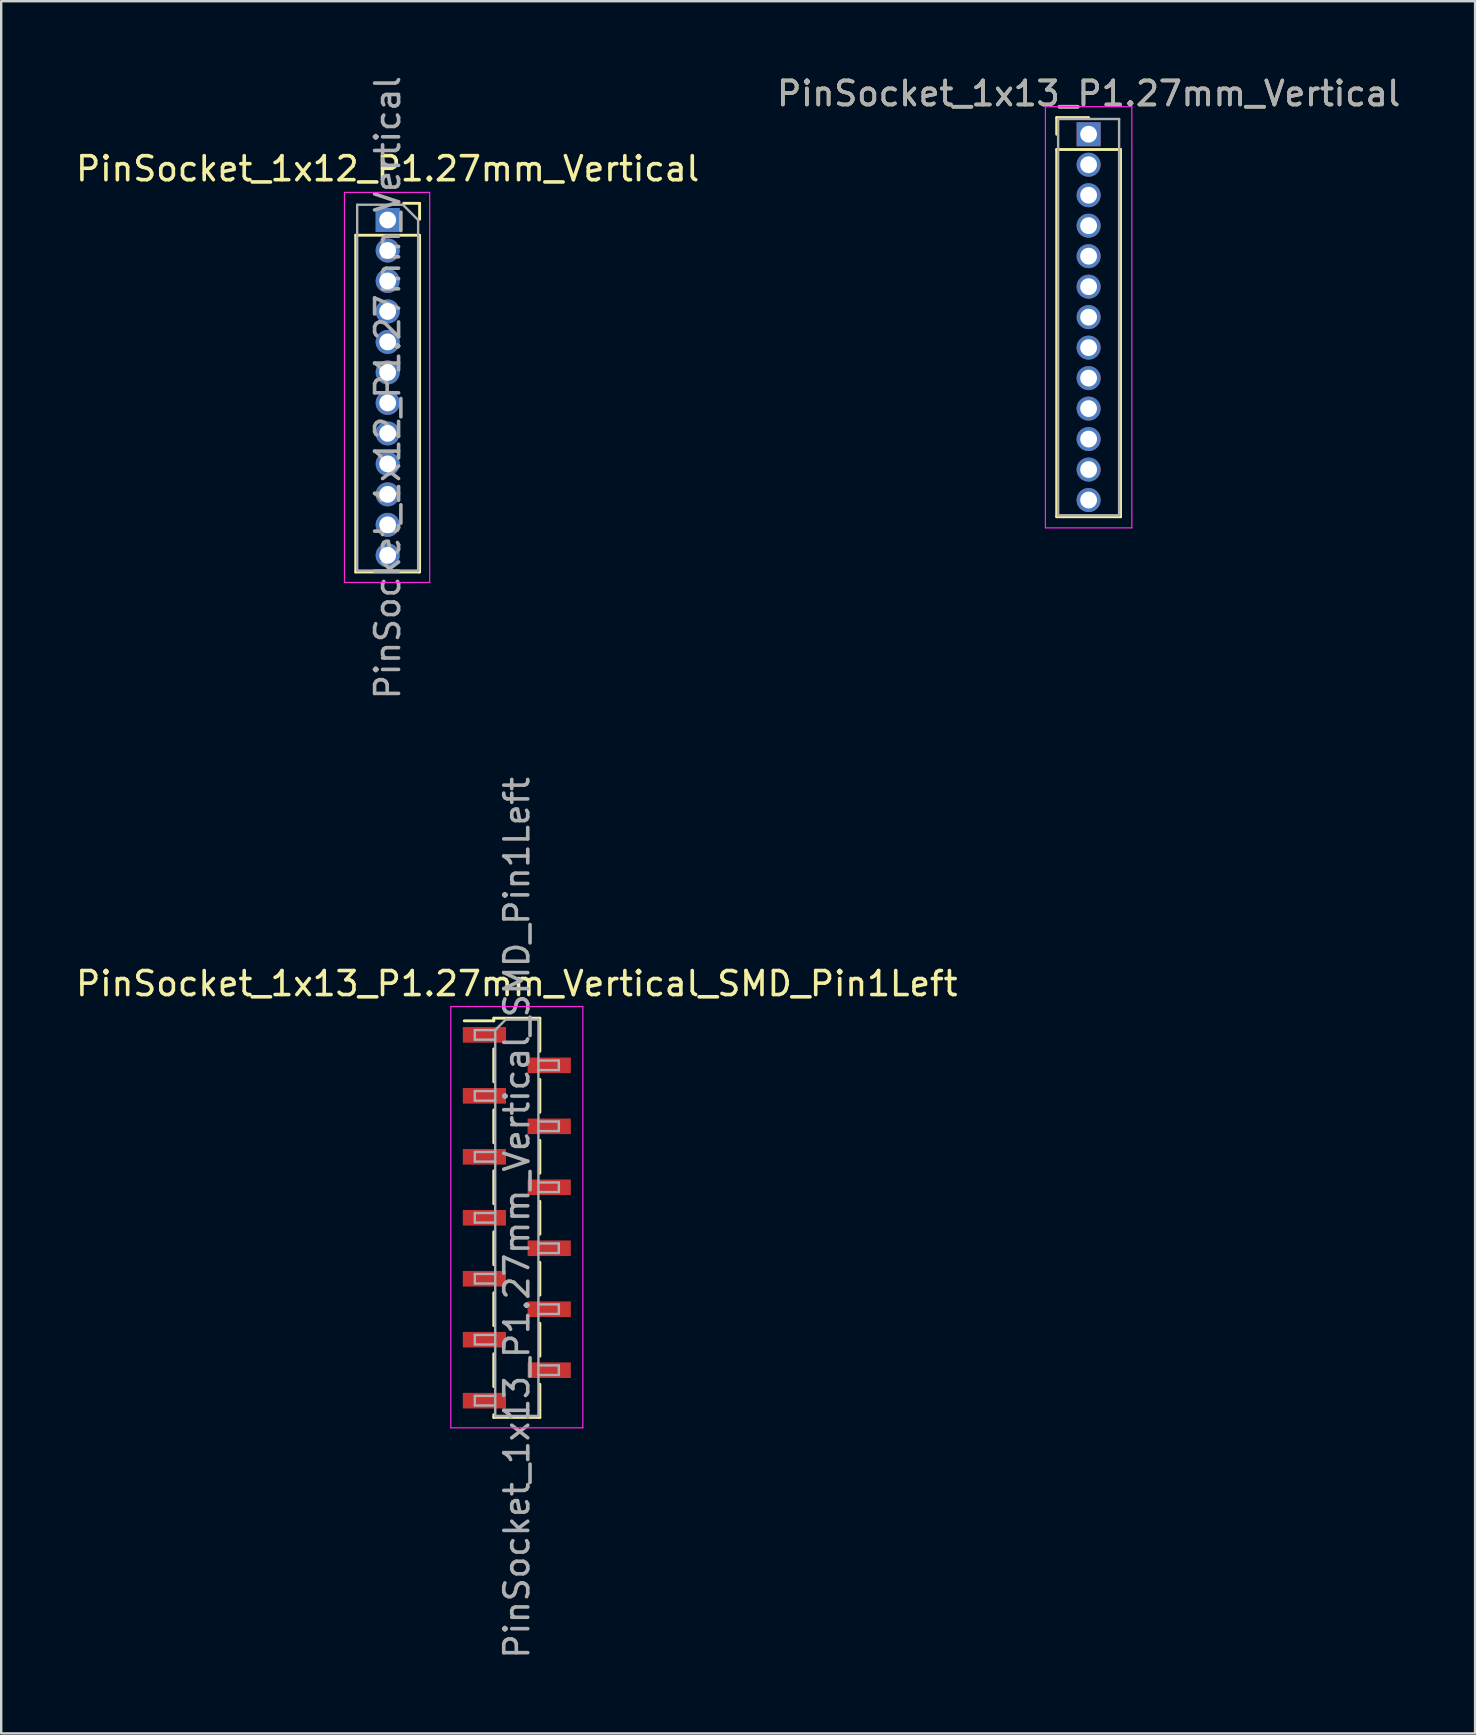
<source format=kicad_pcb>
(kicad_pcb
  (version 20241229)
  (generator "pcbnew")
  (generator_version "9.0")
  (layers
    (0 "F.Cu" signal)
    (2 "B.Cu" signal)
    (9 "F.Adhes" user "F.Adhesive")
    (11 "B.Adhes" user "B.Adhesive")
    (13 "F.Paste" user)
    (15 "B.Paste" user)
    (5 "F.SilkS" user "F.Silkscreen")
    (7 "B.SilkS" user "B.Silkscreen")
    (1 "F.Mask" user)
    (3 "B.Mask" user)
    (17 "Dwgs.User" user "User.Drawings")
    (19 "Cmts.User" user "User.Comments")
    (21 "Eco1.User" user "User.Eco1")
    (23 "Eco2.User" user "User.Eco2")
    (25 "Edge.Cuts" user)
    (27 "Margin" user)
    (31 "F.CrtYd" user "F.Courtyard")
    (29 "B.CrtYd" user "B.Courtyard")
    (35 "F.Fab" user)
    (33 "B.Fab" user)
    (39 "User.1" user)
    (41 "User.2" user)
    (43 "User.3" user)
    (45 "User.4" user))
  (footprint "PinSocket_1x13_P1.27mm_Vertical_SMD_Pin1Left"
    (layer "F.Cu")
    (at 18.482 47.685)
    (property "Reference" "PinSocket_1x13_P1.27mm_Vertical_SMD_Pin1Left" (at 0 -9.755 0) (layer "F.SilkS") (effects (font (size 1 1) (thickness 0.15))))
    (attr smd)
    (fp_line (start -2.19 -8.205) (end -0.96 -8.205) (stroke (width 0.12) (type solid)) (layer "F.SilkS"))
    (fp_line (start -0.96 -8.315) (end -0.96 -8.205) (stroke (width 0.12) (type solid)) (layer "F.SilkS"))
    (fp_line (start -0.96 -8.315) (end 0.96 -8.315) (stroke (width 0.12) (type solid)) (layer "F.SilkS"))
    (fp_line (start -0.96 -7.035) (end -0.96 -5.665) (stroke (width 0.12) (type solid)) (layer "F.SilkS"))
    (fp_line (start -0.96 -4.495) (end -0.96 -3.125) (stroke (width 0.12) (type solid)) (layer "F.SilkS"))
    (fp_line (start -0.96 -1.955) (end -0.96 -0.585) (stroke (width 0.12) (type solid)) (layer "F.SilkS"))
    (fp_line (start -0.96 0.585) (end -0.96 1.955) (stroke (width 0.12) (type solid)) (layer "F.SilkS"))
    (fp_line (start -0.96 3.125) (end -0.96 4.495) (stroke (width 0.12) (type solid)) (layer "F.SilkS"))
    (fp_line (start -0.96 5.665) (end -0.96 7.035) (stroke (width 0.12) (type solid)) (layer "F.SilkS"))
    (fp_line (start -0.96 8.205) (end -0.96 8.315) (stroke (width 0.12) (type solid)) (layer "F.SilkS"))
    (fp_line (start -0.96 8.315) (end 0.96 8.315) (stroke (width 0.12) (type solid)) (layer "F.SilkS"))
    (fp_line (start 0.96 -8.315) (end 0.96 -6.935) (stroke (width 0.12) (type solid)) (layer "F.SilkS"))
    (fp_line (start 0.96 -5.765) (end 0.96 -4.395) (stroke (width 0.12) (type solid)) (layer "F.SilkS"))
    (fp_line (start 0.96 -3.225) (end 0.96 -1.855) (stroke (width 0.12) (type solid)) (layer "F.SilkS"))
    (fp_line (start 0.96 -0.685) (end 0.96 0.685) (stroke (width 0.12) (type solid)) (layer "F.SilkS"))
    (fp_line (start 0.96 1.855) (end 0.96 3.225) (stroke (width 0.12) (type solid)) (layer "F.SilkS"))
    (fp_line (start 0.96 4.395) (end 0.96 5.765) (stroke (width 0.12) (type solid)) (layer "F.SilkS"))
    (fp_line (start 0.96 6.935) (end 0.96 8.315) (stroke (width 0.12) (type solid)) (layer "F.SilkS"))
    (fp_line (start -2.75 -8.8) (end 2.75 -8.8) (stroke (width 0.05) (type solid)) (layer "F.CrtYd"))
    (fp_line (start -2.75 8.75) (end -2.75 -8.8) (stroke (width 0.05) (type solid)) (layer "F.CrtYd"))
    (fp_line (start 2.75 -8.8) (end 2.75 8.75) (stroke (width 0.05) (type solid)) (layer "F.CrtYd"))
    (fp_line (start 2.75 8.75) (end -2.75 8.75) (stroke (width 0.05) (type solid)) (layer "F.CrtYd"))
    (fp_line (start -1.75 -7.82) (end -0.9 -7.82) (stroke (width 0.1) (type solid)) (layer "F.Fab"))
    (fp_line (start -1.75 -7.42) (end -1.75 -7.82) (stroke (width 0.1) (type solid)) (layer "F.Fab"))
    (fp_line (start -1.75 -5.28) (end -0.9 -5.28) (stroke (width 0.1) (type solid)) (layer "F.Fab"))
    (fp_line (start -1.75 -4.88) (end -1.75 -5.28) (stroke (width 0.1) (type solid)) (layer "F.Fab"))
    (fp_line (start -1.75 -2.74) (end -0.9 -2.74) (stroke (width 0.1) (type solid)) (layer "F.Fab"))
    (fp_line (start -1.75 -2.34) (end -1.75 -2.74) (stroke (width 0.1) (type solid)) (layer "F.Fab"))
    (fp_line (start -1.75 -0.2) (end -0.9 -0.2) (stroke (width 0.1) (type solid)) (layer "F.Fab"))
    (fp_line (start -1.75 0.2) (end -1.75 -0.2) (stroke (width 0.1) (type solid)) (layer "F.Fab"))
    (fp_line (start -1.75 2.34) (end -0.9 2.34) (stroke (width 0.1) (type solid)) (layer "F.Fab"))
    (fp_line (start -1.75 2.74) (end -1.75 2.34) (stroke (width 0.1) (type solid)) (layer "F.Fab"))
    (fp_line (start -1.75 4.88) (end -0.9 4.88) (stroke (width 0.1) (type solid)) (layer "F.Fab"))
    (fp_line (start -1.75 5.28) (end -1.75 4.88) (stroke (width 0.1) (type solid)) (layer "F.Fab"))
    (fp_line (start -1.75 7.42) (end -0.9 7.42) (stroke (width 0.1) (type solid)) (layer "F.Fab"))
    (fp_line (start -1.75 7.82) (end -1.75 7.42) (stroke (width 0.1) (type solid)) (layer "F.Fab"))
    (fp_line (start -0.9 -7.82) (end -0.465 -8.255) (stroke (width 0.1) (type solid)) (layer "F.Fab"))
    (fp_line (start -0.9 -7.42) (end -1.75 -7.42) (stroke (width 0.1) (type solid)) (layer "F.Fab"))
    (fp_line (start -0.9 -4.88) (end -1.75 -4.88) (stroke (width 0.1) (type solid)) (layer "F.Fab"))
    (fp_line (start -0.9 -2.34) (end -1.75 -2.34) (stroke (width 0.1) (type solid)) (layer "F.Fab"))
    (fp_line (start -0.9 0.2) (end -1.75 0.2) (stroke (width 0.1) (type solid)) (layer "F.Fab"))
    (fp_line (start -0.9 2.74) (end -1.75 2.74) (stroke (width 0.1) (type solid)) (layer "F.Fab"))
    (fp_line (start -0.9 5.28) (end -1.75 5.28) (stroke (width 0.1) (type solid)) (layer "F.Fab"))
    (fp_line (start -0.9 7.82) (end -1.75 7.82) (stroke (width 0.1) (type solid)) (layer "F.Fab"))
    (fp_line (start -0.9 8.255) (end -0.9 -7.82) (stroke (width 0.1) (type solid)) (layer "F.Fab"))
    (fp_line (start -0.465 -8.255) (end 0.9 -8.255) (stroke (width 0.1) (type solid)) (layer "F.Fab"))
    (fp_line (start 0.9 -8.255) (end 0.9 8.255) (stroke (width 0.1) (type solid)) (layer "F.Fab"))
    (fp_line (start 0.9 -6.55) (end 1.75 -6.55) (stroke (width 0.1) (type solid)) (layer "F.Fab"))
    (fp_line (start 0.9 -4.01) (end 1.75 -4.01) (stroke (width 0.1) (type solid)) (layer "F.Fab"))
    (fp_line (start 0.9 -1.47) (end 1.75 -1.47) (stroke (width 0.1) (type solid)) (layer "F.Fab"))
    (fp_line (start 0.9 1.07) (end 1.75 1.07) (stroke (width 0.1) (type solid)) (layer "F.Fab"))
    (fp_line (start 0.9 3.61) (end 1.75 3.61) (stroke (width 0.1) (type solid)) (layer "F.Fab"))
    (fp_line (start 0.9 6.15) (end 1.75 6.15) (stroke (width 0.1) (type solid)) (layer "F.Fab"))
    (fp_line (start 0.9 8.255) (end -0.9 8.255) (stroke (width 0.1) (type solid)) (layer "F.Fab"))
    (fp_line (start 1.75 -6.55) (end 1.75 -6.15) (stroke (width 0.1) (type solid)) (layer "F.Fab"))
    (fp_line (start 1.75 -6.15) (end 0.9 -6.15) (stroke (width 0.1) (type solid)) (layer "F.Fab"))
    (fp_line (start 1.75 -4.01) (end 1.75 -3.61) (stroke (width 0.1) (type solid)) (layer "F.Fab"))
    (fp_line (start 1.75 -3.61) (end 0.9 -3.61) (stroke (width 0.1) (type solid)) (layer "F.Fab"))
    (fp_line (start 1.75 -1.47) (end 1.75 -1.07) (stroke (width 0.1) (type solid)) (layer "F.Fab"))
    (fp_line (start 1.75 -1.07) (end 0.9 -1.07) (stroke (width 0.1) (type solid)) (layer "F.Fab"))
    (fp_line (start 1.75 1.07) (end 1.75 1.47) (stroke (width 0.1) (type solid)) (layer "F.Fab"))
    (fp_line (start 1.75 1.47) (end 0.9 1.47) (stroke (width 0.1) (type solid)) (layer "F.Fab"))
    (fp_line (start 1.75 3.61) (end 1.75 4.01) (stroke (width 0.1) (type solid)) (layer "F.Fab"))
    (fp_line (start 1.75 4.01) (end 0.9 4.01) (stroke (width 0.1) (type solid)) (layer "F.Fab"))
    (fp_line (start 1.75 6.15) (end 1.75 6.55) (stroke (width 0.1) (type solid)) (layer "F.Fab"))
    (fp_line (start 1.75 6.55) (end 0.9 6.55) (stroke (width 0.1) (type solid)) (layer "F.Fab"))
    (fp_text user "${REFERENCE}" (at 0 0 90) (layer "F.Fab") (effects (font (size 1 1) (thickness 0.15))))
    (pad "1" smd rect (at -1.35 -7.62) (size 1.8 0.65) (layers "F.Cu" "F.Mask" "F.Paste"))
    (pad "2" smd rect (at 1.35 -6.35) (size 1.8 0.65) (layers "F.Cu" "F.Mask" "F.Paste"))
    (pad "3" smd rect (at -1.35 -5.08) (size 1.8 0.65) (layers "F.Cu" "F.Mask" "F.Paste"))
    (pad "4" smd rect (at 1.35 -3.81) (size 1.8 0.65) (layers "F.Cu" "F.Mask" "F.Paste"))
    (pad "5" smd rect (at -1.35 -2.54) (size 1.8 0.65) (layers "F.Cu" "F.Mask" "F.Paste"))
    (pad "6" smd rect (at 1.35 -1.27) (size 1.8 0.65) (layers "F.Cu" "F.Mask" "F.Paste"))
    (pad "7" smd rect (at -1.35 0) (size 1.8 0.65) (layers "F.Cu" "F.Mask" "F.Paste"))
    (pad "8" smd rect (at 1.35 1.27) (size 1.8 0.65) (layers "F.Cu" "F.Mask" "F.Paste"))
    (pad "9" smd rect (at -1.35 2.54) (size 1.8 0.65) (layers "F.Cu" "F.Mask" "F.Paste"))
    (pad "10" smd rect (at 1.35 3.81) (size 1.8 0.65) (layers "F.Cu" "F.Mask" "F.Paste"))
    (pad "11" smd rect (at -1.35 5.08) (size 1.8 0.65) (layers "F.Cu" "F.Mask" "F.Paste"))
    (pad "12" smd rect (at 1.35 6.35) (size 1.8 0.65) (layers "F.Cu" "F.Mask" "F.Paste"))
    (pad "13" smd rect (at -1.35 7.62) (size 1.8 0.65) (layers "F.Cu" "F.Mask" "F.Paste")))
  (footprint "PinSocket_1x13_P1.27mm_Vertical"
    (layer "F.Cu")
    (at 42.304 2.543)
    (property "Reference" "PinSocket_1x13_P1.27mm_Vertical" (at 0 -1.695 0) (layer "F.SilkS") (effects (font (size 1 1) (thickness 0.15))))
    (attr through_hole)
    (fp_line (start -1.33 -0.695) (end 0 -0.695) (stroke (width 0.12) (type solid)) (layer "F.SilkS"))
    (fp_line (start -1.33 0) (end -1.33 -0.695) (stroke (width 0.12) (type solid)) (layer "F.SilkS"))
    (fp_line (start -1.33 0.635) (end -1.33 15.935) (stroke (width 0.12) (type solid)) (layer "F.SilkS"))
    (fp_line (start -1.33 15.935) (end 1.33 15.935) (stroke (width 0.12) (type solid)) (layer "F.SilkS"))
    (fp_line (start 1.33 0.635) (end -1.33 0.635) (stroke (width 0.12) (type solid)) (layer "F.SilkS"))
    (fp_line (start 1.33 15.935) (end 1.33 0.635) (stroke (width 0.12) (type solid)) (layer "F.SilkS"))
    (fp_line (start -1.8 -1.15) (end -1.8 16.4) (stroke (width 0.05) (type solid)) (layer "F.CrtYd"))
    (fp_line (start -1.8 16.4) (end 1.8 16.4) (stroke (width 0.05) (type solid)) (layer "F.CrtYd"))
    (fp_line (start 1.8 -1.15) (end -1.8 -1.15) (stroke (width 0.05) (type solid)) (layer "F.CrtYd"))
    (fp_line (start 1.8 16.4) (end 1.8 -1.15) (stroke (width 0.05) (type solid)) (layer "F.CrtYd"))
    (fp_line (start -1.27 -0.635) (end -1.27 15.875) (stroke (width 0.1) (type solid)) (layer "F.Fab"))
    (fp_line (start -1.27 15.875) (end 1.27 15.875) (stroke (width 0.1) (type solid)) (layer "F.Fab"))
    (fp_line (start 1.27 -0.635) (end -1.27 -0.635) (stroke (width 0.1) (type solid)) (layer "F.Fab"))
    (fp_line (start 1.27 15.875) (end 1.27 -0.635) (stroke (width 0.1) (type solid)) (layer "F.Fab"))
    (fp_text user "${REFERENCE}" (at 0 -1.695 0) (layer "F.Fab") (effects (font (size 1 1) (thickness 0.15))))
    (pad "1" thru_hole rect (at 0 0) (size 1 1) (drill 0.7) (layers "*.Cu" "*.Mask"))
    (pad "2" thru_hole oval (at 0 1.27) (size 1 1) (drill 0.7) (layers "*.Cu" "*.Mask"))
    (pad "3" thru_hole oval (at 0 2.54) (size 1 1) (drill 0.7) (layers "*.Cu" "*.Mask"))
    (pad "4" thru_hole oval (at 0 3.81) (size 1 1) (drill 0.7) (layers "*.Cu" "*.Mask"))
    (pad "5" thru_hole oval (at 0 5.08) (size 1 1) (drill 0.7) (layers "*.Cu" "*.Mask"))
    (pad "6" thru_hole oval (at 0 6.35) (size 1 1) (drill 0.7) (layers "*.Cu" "*.Mask"))
    (pad "7" thru_hole oval (at 0 7.62) (size 1 1) (drill 0.7) (layers "*.Cu" "*.Mask"))
    (pad "8" thru_hole oval (at 0 8.89) (size 1 1) (drill 0.7) (layers "*.Cu" "*.Mask"))
    (pad "9" thru_hole oval (at 0 10.16) (size 1 1) (drill 0.7) (layers "*.Cu" "*.Mask"))
    (pad "10" thru_hole oval (at 0 11.43) (size 1 1) (drill 0.7) (layers "*.Cu" "*.Mask"))
    (pad "11" thru_hole oval (at 0 12.7) (size 1 1) (drill 0.7) (layers "*.Cu" "*.Mask"))
    (pad "12" thru_hole oval (at 0 13.97) (size 1 1) (drill 0.7) (layers "*.Cu" "*.Mask"))
    (pad "13" thru_hole oval (at 0 15.24) (size 1 1) (drill 0.7) (layers "*.Cu" "*.Mask")))
  (footprint "PinSocket_1x12_P1.27mm_Vertical"
    (layer "F.Cu")
    (at 13.101 6.116)
    (property "Reference" "PinSocket_1x12_P1.27mm_Vertical" (at 0 -2.135 0) (layer "F.SilkS") (effects (font (size 1 1) (thickness 0.15))))
    (attr through_hole)
    (fp_line (start -1.33 0.635) (end -1.33 14.665) (stroke (width 0.12) (type solid)) (layer "F.SilkS"))
    (fp_line (start -1.33 14.665) (end 1.33 14.665) (stroke (width 0.12) (type solid)) (layer "F.SilkS"))
    (fp_line (start 1.33 -0.695) (end 0.665 -0.695) (stroke (width 0.12) (type solid)) (layer "F.SilkS"))
    (fp_line (start 1.33 -0.03) (end 1.33 -0.695) (stroke (width 0.12) (type solid)) (layer "F.SilkS"))
    (fp_line (start 1.33 0.635) (end -1.33 0.635) (stroke (width 0.12) (type solid)) (layer "F.SilkS"))
    (fp_line (start 1.33 14.665) (end 1.33 0.635) (stroke (width 0.12) (type solid)) (layer "F.SilkS"))
    (fp_line (start -1.8 -1.15) (end 1.75 -1.15) (stroke (width 0.05) (type solid)) (layer "F.CrtYd"))
    (fp_line (start -1.8 15.1) (end -1.8 -1.15) (stroke (width 0.05) (type solid)) (layer "F.CrtYd"))
    (fp_line (start 1.75 -1.15) (end 1.75 15.1) (stroke (width 0.05) (type solid)) (layer "F.CrtYd"))
    (fp_line (start 1.75 15.1) (end -1.8 15.1) (stroke (width 0.05) (type solid)) (layer "F.CrtYd"))
    (fp_line (start -1.27 -0.635) (end 0.635 -0.635) (stroke (width 0.1) (type solid)) (layer "F.Fab"))
    (fp_line (start -1.27 14.605) (end -1.27 -0.635) (stroke (width 0.1) (type solid)) (layer "F.Fab"))
    (fp_line (start 0.635 -0.635) (end 1.27 0) (stroke (width 0.1) (type solid)) (layer "F.Fab"))
    (fp_line (start 1.27 0) (end 1.27 14.605) (stroke (width 0.1) (type solid)) (layer "F.Fab"))
    (fp_line (start 1.27 14.605) (end -1.27 14.605) (stroke (width 0.1) (type solid)) (layer "F.Fab"))
    (fp_text user "${REFERENCE}" (at 0 6.985 90) (layer "F.Fab") (effects (font (size 1 1) (thickness 0.15))))
    (pad "1" thru_hole rect (at 0 0) (size 1 1) (drill 0.7) (layers "*.Cu" "*.Mask"))
    (pad "2" thru_hole oval (at 0 1.27) (size 1 1) (drill 0.7) (layers "*.Cu" "*.Mask"))
    (pad "3" thru_hole oval (at 0 2.54) (size 1 1) (drill 0.7) (layers "*.Cu" "*.Mask"))
    (pad "4" thru_hole oval (at 0 3.81) (size 1 1) (drill 0.7) (layers "*.Cu" "*.Mask"))
    (pad "5" thru_hole oval (at 0 5.08) (size 1 1) (drill 0.7) (layers "*.Cu" "*.Mask"))
    (pad "6" thru_hole oval (at 0 6.35) (size 1 1) (drill 0.7) (layers "*.Cu" "*.Mask"))
    (pad "7" thru_hole oval (at 0 7.62) (size 1 1) (drill 0.7) (layers "*.Cu" "*.Mask"))
    (pad "8" thru_hole oval (at 0 8.89) (size 1 1) (drill 0.7) (layers "*.Cu" "*.Mask"))
    (pad "9" thru_hole oval (at 0 10.16) (size 1 1) (drill 0.7) (layers "*.Cu" "*.Mask"))
    (pad "10" thru_hole oval (at 0 11.43) (size 1 1) (drill 0.7) (layers "*.Cu" "*.Mask"))
    (pad "11" thru_hole oval (at 0 12.7) (size 1 1) (drill 0.7) (layers "*.Cu" "*.Mask"))
    (pad "12" thru_hole oval (at 0 13.97) (size 1 1) (drill 0.7) (layers "*.Cu" "*.Mask")))
  (gr_rect
    (start -3 -3)
    (end 58.405 69.167)
    (stroke (width 0.1) (type default))
    (fill no)
    (layer "Edge.Cuts")))
</source>
